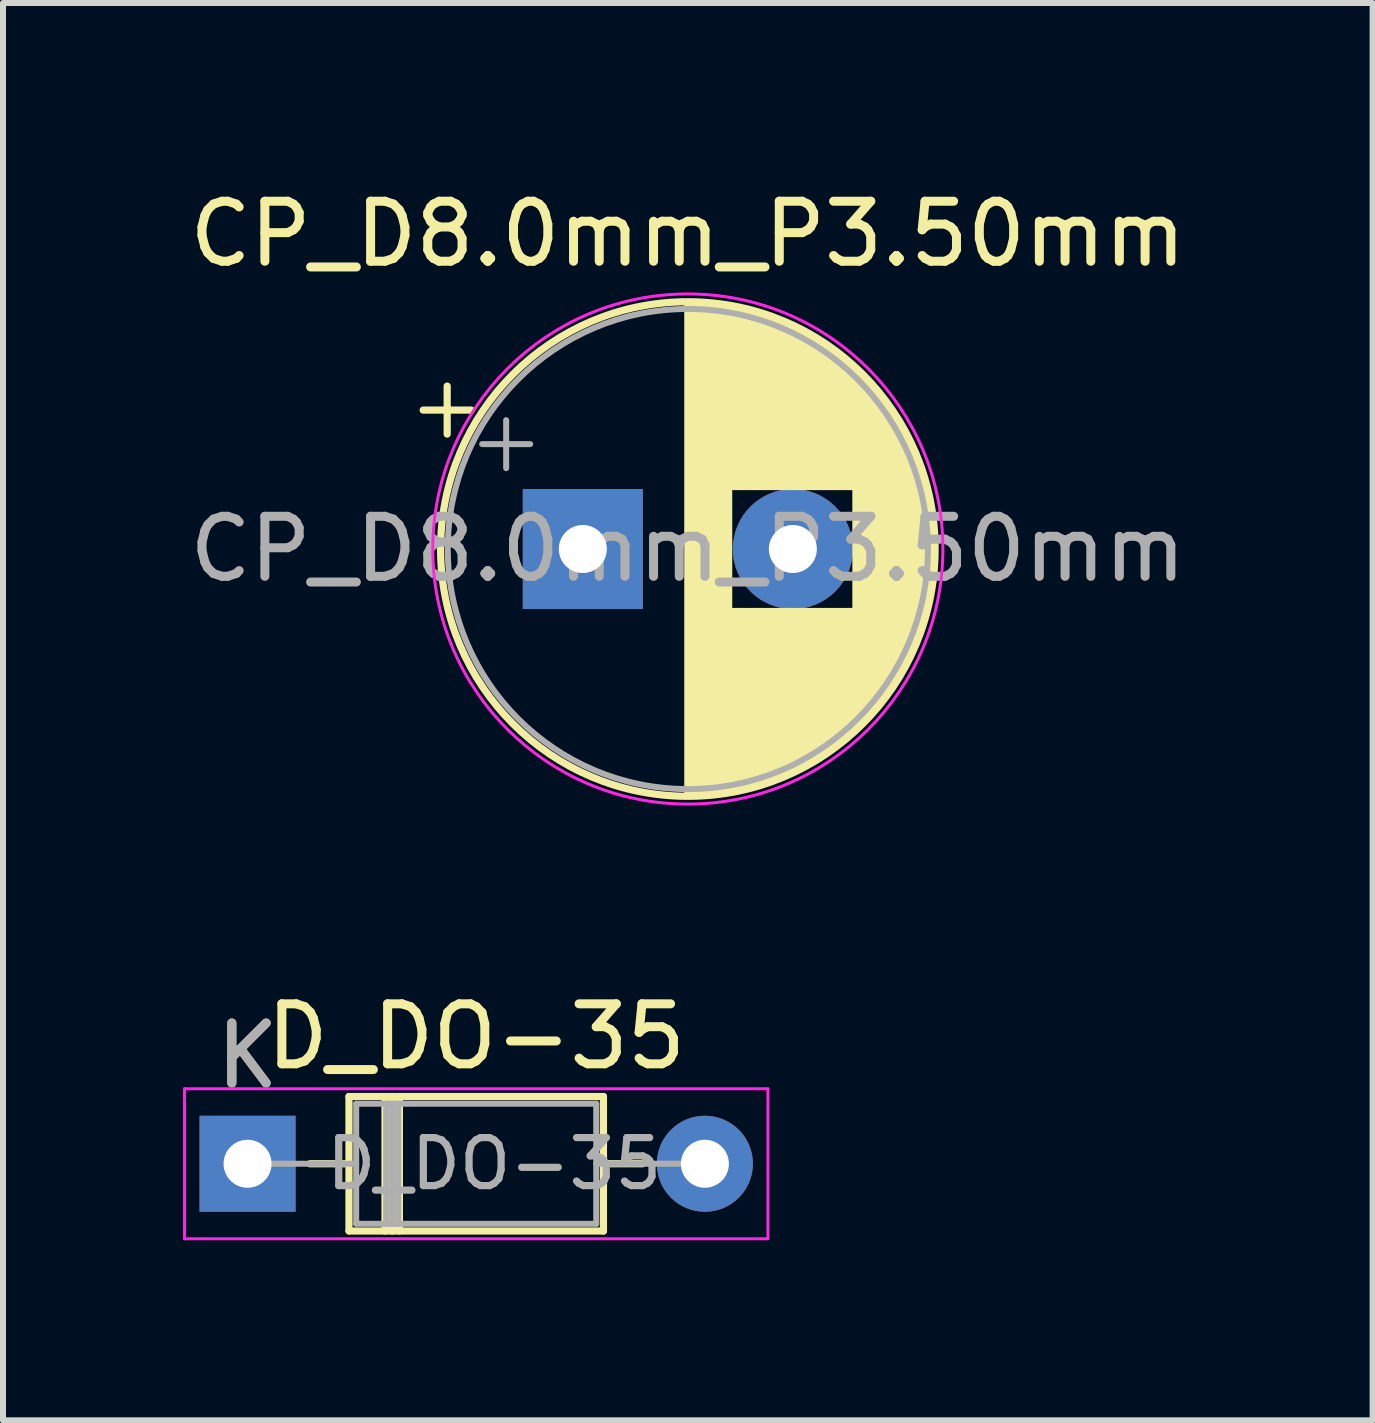
<source format=kicad_pcb>
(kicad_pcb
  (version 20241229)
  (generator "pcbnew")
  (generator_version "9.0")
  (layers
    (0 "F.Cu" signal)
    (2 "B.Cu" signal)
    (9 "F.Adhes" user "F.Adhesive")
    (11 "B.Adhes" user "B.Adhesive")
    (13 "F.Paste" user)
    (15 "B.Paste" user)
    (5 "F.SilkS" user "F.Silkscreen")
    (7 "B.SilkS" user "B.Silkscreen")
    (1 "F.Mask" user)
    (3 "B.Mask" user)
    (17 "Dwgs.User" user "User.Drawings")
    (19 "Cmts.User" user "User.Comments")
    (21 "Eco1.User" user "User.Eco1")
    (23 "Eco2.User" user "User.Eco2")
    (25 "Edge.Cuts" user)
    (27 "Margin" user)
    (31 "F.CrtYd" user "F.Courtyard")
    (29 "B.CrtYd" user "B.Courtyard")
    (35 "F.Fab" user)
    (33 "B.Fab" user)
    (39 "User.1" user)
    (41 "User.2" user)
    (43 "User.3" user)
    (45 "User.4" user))
  (footprint "CP_D8.0mm_P3.50mm"
    (layer "F.Cu")
    (at 6.661 6.098)
    (property "Reference" "CP_D8.0mm_P3.50mm" (at 1.75 -5.25 0) (layer "F.SilkS") (effects (font (size 1 1) (thickness 0.15))))
    (attr through_hole)
    (fp_line (start -2.66 -2.315) (end -1.86 -2.315) (stroke (width 0.12) (type solid)) (layer "F.SilkS"))
    (fp_line (start -2.26 -2.715) (end -2.26 -1.915) (stroke (width 0.12) (type solid)) (layer "F.SilkS"))
    (fp_line (start 1.75 -4.08) (end 1.75 4.08) (stroke (width 0.12) (type solid)) (layer "F.SilkS"))
    (fp_line (start 1.79 -4.08) (end 1.79 4.08) (stroke (width 0.12) (type solid)) (layer "F.SilkS"))
    (fp_line (start 1.83 -4.08) (end 1.83 4.08) (stroke (width 0.12) (type solid)) (layer "F.SilkS"))
    (fp_line (start 1.87 -4.079) (end 1.87 4.079) (stroke (width 0.12) (type solid)) (layer "F.SilkS"))
    (fp_line (start 1.91 -4.077) (end 1.91 4.077) (stroke (width 0.12) (type solid)) (layer "F.SilkS"))
    (fp_line (start 1.95 -4.076) (end 1.95 4.076) (stroke (width 0.12) (type solid)) (layer "F.SilkS"))
    (fp_line (start 1.99 -4.074) (end 1.99 4.074) (stroke (width 0.12) (type solid)) (layer "F.SilkS"))
    (fp_line (start 2.03 -4.071) (end 2.03 4.071) (stroke (width 0.12) (type solid)) (layer "F.SilkS"))
    (fp_line (start 2.07 -4.068) (end 2.07 4.068) (stroke (width 0.12) (type solid)) (layer "F.SilkS"))
    (fp_line (start 2.11 -4.065) (end 2.11 4.065) (stroke (width 0.12) (type solid)) (layer "F.SilkS"))
    (fp_line (start 2.15 -4.061) (end 2.15 4.061) (stroke (width 0.12) (type solid)) (layer "F.SilkS"))
    (fp_line (start 2.19 -4.057) (end 2.19 4.057) (stroke (width 0.12) (type solid)) (layer "F.SilkS"))
    (fp_line (start 2.23 -4.052) (end 2.23 4.052) (stroke (width 0.12) (type solid)) (layer "F.SilkS"))
    (fp_line (start 2.27 -4.048) (end 2.27 4.048) (stroke (width 0.12) (type solid)) (layer "F.SilkS"))
    (fp_line (start 2.31 -4.042) (end 2.31 4.042) (stroke (width 0.12) (type solid)) (layer "F.SilkS"))
    (fp_line (start 2.35 -4.037) (end 2.35 4.037) (stroke (width 0.12) (type solid)) (layer "F.SilkS"))
    (fp_line (start 2.39 -4.03) (end 2.39 4.03) (stroke (width 0.12) (type solid)) (layer "F.SilkS"))
    (fp_line (start 2.43 -4.024) (end 2.43 4.024) (stroke (width 0.12) (type solid)) (layer "F.SilkS"))
    (fp_line (start 2.471 -4.017) (end 2.471 -1.04) (stroke (width 0.12) (type solid)) (layer "F.SilkS"))
    (fp_line (start 2.471 1.04) (end 2.471 4.017) (stroke (width 0.12) (type solid)) (layer "F.SilkS"))
    (fp_line (start 2.511 -4.01) (end 2.511 -1.04) (stroke (width 0.12) (type solid)) (layer "F.SilkS"))
    (fp_line (start 2.511 1.04) (end 2.511 4.01) (stroke (width 0.12) (type solid)) (layer "F.SilkS"))
    (fp_line (start 2.551 -4.002) (end 2.551 -1.04) (stroke (width 0.12) (type solid)) (layer "F.SilkS"))
    (fp_line (start 2.551 1.04) (end 2.551 4.002) (stroke (width 0.12) (type solid)) (layer "F.SilkS"))
    (fp_line (start 2.591 -3.994) (end 2.591 -1.04) (stroke (width 0.12) (type solid)) (layer "F.SilkS"))
    (fp_line (start 2.591 1.04) (end 2.591 3.994) (stroke (width 0.12) (type solid)) (layer "F.SilkS"))
    (fp_line (start 2.631 -3.985) (end 2.631 -1.04) (stroke (width 0.12) (type solid)) (layer "F.SilkS"))
    (fp_line (start 2.631 1.04) (end 2.631 3.985) (stroke (width 0.12) (type solid)) (layer "F.SilkS"))
    (fp_line (start 2.671 -3.976) (end 2.671 -1.04) (stroke (width 0.12) (type solid)) (layer "F.SilkS"))
    (fp_line (start 2.671 1.04) (end 2.671 3.976) (stroke (width 0.12) (type solid)) (layer "F.SilkS"))
    (fp_line (start 2.711 -3.967) (end 2.711 -1.04) (stroke (width 0.12) (type solid)) (layer "F.SilkS"))
    (fp_line (start 2.711 1.04) (end 2.711 3.967) (stroke (width 0.12) (type solid)) (layer "F.SilkS"))
    (fp_line (start 2.751 -3.957) (end 2.751 -1.04) (stroke (width 0.12) (type solid)) (layer "F.SilkS"))
    (fp_line (start 2.751 1.04) (end 2.751 3.957) (stroke (width 0.12) (type solid)) (layer "F.SilkS"))
    (fp_line (start 2.791 -3.947) (end 2.791 -1.04) (stroke (width 0.12) (type solid)) (layer "F.SilkS"))
    (fp_line (start 2.791 1.04) (end 2.791 3.947) (stroke (width 0.12) (type solid)) (layer "F.SilkS"))
    (fp_line (start 2.831 -3.936) (end 2.831 -1.04) (stroke (width 0.12) (type solid)) (layer "F.SilkS"))
    (fp_line (start 2.831 1.04) (end 2.831 3.936) (stroke (width 0.12) (type solid)) (layer "F.SilkS"))
    (fp_line (start 2.871 -3.925) (end 2.871 -1.04) (stroke (width 0.12) (type solid)) (layer "F.SilkS"))
    (fp_line (start 2.871 1.04) (end 2.871 3.925) (stroke (width 0.12) (type solid)) (layer "F.SilkS"))
    (fp_line (start 2.911 -3.914) (end 2.911 -1.04) (stroke (width 0.12) (type solid)) (layer "F.SilkS"))
    (fp_line (start 2.911 1.04) (end 2.911 3.914) (stroke (width 0.12) (type solid)) (layer "F.SilkS"))
    (fp_line (start 2.951 -3.902) (end 2.951 -1.04) (stroke (width 0.12) (type solid)) (layer "F.SilkS"))
    (fp_line (start 2.951 1.04) (end 2.951 3.902) (stroke (width 0.12) (type solid)) (layer "F.SilkS"))
    (fp_line (start 2.991 -3.889) (end 2.991 -1.04) (stroke (width 0.12) (type solid)) (layer "F.SilkS"))
    (fp_line (start 2.991 1.04) (end 2.991 3.889) (stroke (width 0.12) (type solid)) (layer "F.SilkS"))
    (fp_line (start 3.031 -3.877) (end 3.031 -1.04) (stroke (width 0.12) (type solid)) (layer "F.SilkS"))
    (fp_line (start 3.031 1.04) (end 3.031 3.877) (stroke (width 0.12) (type solid)) (layer "F.SilkS"))
    (fp_line (start 3.071 -3.863) (end 3.071 -1.04) (stroke (width 0.12) (type solid)) (layer "F.SilkS"))
    (fp_line (start 3.071 1.04) (end 3.071 3.863) (stroke (width 0.12) (type solid)) (layer "F.SilkS"))
    (fp_line (start 3.111 -3.85) (end 3.111 -1.04) (stroke (width 0.12) (type solid)) (layer "F.SilkS"))
    (fp_line (start 3.111 1.04) (end 3.111 3.85) (stroke (width 0.12) (type solid)) (layer "F.SilkS"))
    (fp_line (start 3.151 -3.835) (end 3.151 -1.04) (stroke (width 0.12) (type solid)) (layer "F.SilkS"))
    (fp_line (start 3.151 1.04) (end 3.151 3.835) (stroke (width 0.12) (type solid)) (layer "F.SilkS"))
    (fp_line (start 3.191 -3.821) (end 3.191 -1.04) (stroke (width 0.12) (type solid)) (layer "F.SilkS"))
    (fp_line (start 3.191 1.04) (end 3.191 3.821) (stroke (width 0.12) (type solid)) (layer "F.SilkS"))
    (fp_line (start 3.231 -3.805) (end 3.231 -1.04) (stroke (width 0.12) (type solid)) (layer "F.SilkS"))
    (fp_line (start 3.231 1.04) (end 3.231 3.805) (stroke (width 0.12) (type solid)) (layer "F.SilkS"))
    (fp_line (start 3.271 -3.79) (end 3.271 -1.04) (stroke (width 0.12) (type solid)) (layer "F.SilkS"))
    (fp_line (start 3.271 1.04) (end 3.271 3.79) (stroke (width 0.12) (type solid)) (layer "F.SilkS"))
    (fp_line (start 3.311 -3.774) (end 3.311 -1.04) (stroke (width 0.12) (type solid)) (layer "F.SilkS"))
    (fp_line (start 3.311 1.04) (end 3.311 3.774) (stroke (width 0.12) (type solid)) (layer "F.SilkS"))
    (fp_line (start 3.351 -3.757) (end 3.351 -1.04) (stroke (width 0.12) (type solid)) (layer "F.SilkS"))
    (fp_line (start 3.351 1.04) (end 3.351 3.757) (stroke (width 0.12) (type solid)) (layer "F.SilkS"))
    (fp_line (start 3.391 -3.74) (end 3.391 -1.04) (stroke (width 0.12) (type solid)) (layer "F.SilkS"))
    (fp_line (start 3.391 1.04) (end 3.391 3.74) (stroke (width 0.12) (type solid)) (layer "F.SilkS"))
    (fp_line (start 3.431 -3.722) (end 3.431 -1.04) (stroke (width 0.12) (type solid)) (layer "F.SilkS"))
    (fp_line (start 3.431 1.04) (end 3.431 3.722) (stroke (width 0.12) (type solid)) (layer "F.SilkS"))
    (fp_line (start 3.471 -3.704) (end 3.471 -1.04) (stroke (width 0.12) (type solid)) (layer "F.SilkS"))
    (fp_line (start 3.471 1.04) (end 3.471 3.704) (stroke (width 0.12) (type solid)) (layer "F.SilkS"))
    (fp_line (start 3.511 -3.686) (end 3.511 -1.04) (stroke (width 0.12) (type solid)) (layer "F.SilkS"))
    (fp_line (start 3.511 1.04) (end 3.511 3.686) (stroke (width 0.12) (type solid)) (layer "F.SilkS"))
    (fp_line (start 3.551 -3.666) (end 3.551 -1.04) (stroke (width 0.12) (type solid)) (layer "F.SilkS"))
    (fp_line (start 3.551 1.04) (end 3.551 3.666) (stroke (width 0.12) (type solid)) (layer "F.SilkS"))
    (fp_line (start 3.591 -3.647) (end 3.591 -1.04) (stroke (width 0.12) (type solid)) (layer "F.SilkS"))
    (fp_line (start 3.591 1.04) (end 3.591 3.647) (stroke (width 0.12) (type solid)) (layer "F.SilkS"))
    (fp_line (start 3.631 -3.627) (end 3.631 -1.04) (stroke (width 0.12) (type solid)) (layer "F.SilkS"))
    (fp_line (start 3.631 1.04) (end 3.631 3.627) (stroke (width 0.12) (type solid)) (layer "F.SilkS"))
    (fp_line (start 3.671 -3.606) (end 3.671 -1.04) (stroke (width 0.12) (type solid)) (layer "F.SilkS"))
    (fp_line (start 3.671 1.04) (end 3.671 3.606) (stroke (width 0.12) (type solid)) (layer "F.SilkS"))
    (fp_line (start 3.711 -3.584) (end 3.711 -1.04) (stroke (width 0.12) (type solid)) (layer "F.SilkS"))
    (fp_line (start 3.711 1.04) (end 3.711 3.584) (stroke (width 0.12) (type solid)) (layer "F.SilkS"))
    (fp_line (start 3.751 -3.562) (end 3.751 -1.04) (stroke (width 0.12) (type solid)) (layer "F.SilkS"))
    (fp_line (start 3.751 1.04) (end 3.751 3.562) (stroke (width 0.12) (type solid)) (layer "F.SilkS"))
    (fp_line (start 3.791 -3.54) (end 3.791 -1.04) (stroke (width 0.12) (type solid)) (layer "F.SilkS"))
    (fp_line (start 3.791 1.04) (end 3.791 3.54) (stroke (width 0.12) (type solid)) (layer "F.SilkS"))
    (fp_line (start 3.831 -3.517) (end 3.831 -1.04) (stroke (width 0.12) (type solid)) (layer "F.SilkS"))
    (fp_line (start 3.831 1.04) (end 3.831 3.517) (stroke (width 0.12) (type solid)) (layer "F.SilkS"))
    (fp_line (start 3.871 -3.493) (end 3.871 -1.04) (stroke (width 0.12) (type solid)) (layer "F.SilkS"))
    (fp_line (start 3.871 1.04) (end 3.871 3.493) (stroke (width 0.12) (type solid)) (layer "F.SilkS"))
    (fp_line (start 3.911 -3.469) (end 3.911 -1.04) (stroke (width 0.12) (type solid)) (layer "F.SilkS"))
    (fp_line (start 3.911 1.04) (end 3.911 3.469) (stroke (width 0.12) (type solid)) (layer "F.SilkS"))
    (fp_line (start 3.951 -3.444) (end 3.951 -1.04) (stroke (width 0.12) (type solid)) (layer "F.SilkS"))
    (fp_line (start 3.951 1.04) (end 3.951 3.444) (stroke (width 0.12) (type solid)) (layer "F.SilkS"))
    (fp_line (start 3.991 -3.418) (end 3.991 -1.04) (stroke (width 0.12) (type solid)) (layer "F.SilkS"))
    (fp_line (start 3.991 1.04) (end 3.991 3.418) (stroke (width 0.12) (type solid)) (layer "F.SilkS"))
    (fp_line (start 4.031 -3.392) (end 4.031 -1.04) (stroke (width 0.12) (type solid)) (layer "F.SilkS"))
    (fp_line (start 4.031 1.04) (end 4.031 3.392) (stroke (width 0.12) (type solid)) (layer "F.SilkS"))
    (fp_line (start 4.071 -3.365) (end 4.071 -1.04) (stroke (width 0.12) (type solid)) (layer "F.SilkS"))
    (fp_line (start 4.071 1.04) (end 4.071 3.365) (stroke (width 0.12) (type solid)) (layer "F.SilkS"))
    (fp_line (start 4.111 -3.338) (end 4.111 -1.04) (stroke (width 0.12) (type solid)) (layer "F.SilkS"))
    (fp_line (start 4.111 1.04) (end 4.111 3.338) (stroke (width 0.12) (type solid)) (layer "F.SilkS"))
    (fp_line (start 4.151 -3.309) (end 4.151 -1.04) (stroke (width 0.12) (type solid)) (layer "F.SilkS"))
    (fp_line (start 4.151 1.04) (end 4.151 3.309) (stroke (width 0.12) (type solid)) (layer "F.SilkS"))
    (fp_line (start 4.191 -3.28) (end 4.191 -1.04) (stroke (width 0.12) (type solid)) (layer "F.SilkS"))
    (fp_line (start 4.191 1.04) (end 4.191 3.28) (stroke (width 0.12) (type solid)) (layer "F.SilkS"))
    (fp_line (start 4.231 -3.25) (end 4.231 -1.04) (stroke (width 0.12) (type solid)) (layer "F.SilkS"))
    (fp_line (start 4.231 1.04) (end 4.231 3.25) (stroke (width 0.12) (type solid)) (layer "F.SilkS"))
    (fp_line (start 4.271 -3.22) (end 4.271 -1.04) (stroke (width 0.12) (type solid)) (layer "F.SilkS"))
    (fp_line (start 4.271 1.04) (end 4.271 3.22) (stroke (width 0.12) (type solid)) (layer "F.SilkS"))
    (fp_line (start 4.311 -3.189) (end 4.311 -1.04) (stroke (width 0.12) (type solid)) (layer "F.SilkS"))
    (fp_line (start 4.311 1.04) (end 4.311 3.189) (stroke (width 0.12) (type solid)) (layer "F.SilkS"))
    (fp_line (start 4.351 -3.156) (end 4.351 -1.04) (stroke (width 0.12) (type solid)) (layer "F.SilkS"))
    (fp_line (start 4.351 1.04) (end 4.351 3.156) (stroke (width 0.12) (type solid)) (layer "F.SilkS"))
    (fp_line (start 4.391 -3.124) (end 4.391 -1.04) (stroke (width 0.12) (type solid)) (layer "F.SilkS"))
    (fp_line (start 4.391 1.04) (end 4.391 3.124) (stroke (width 0.12) (type solid)) (layer "F.SilkS"))
    (fp_line (start 4.431 -3.09) (end 4.431 -1.04) (stroke (width 0.12) (type solid)) (layer "F.SilkS"))
    (fp_line (start 4.431 1.04) (end 4.431 3.09) (stroke (width 0.12) (type solid)) (layer "F.SilkS"))
    (fp_line (start 4.471 -3.055) (end 4.471 -1.04) (stroke (width 0.12) (type solid)) (layer "F.SilkS"))
    (fp_line (start 4.471 1.04) (end 4.471 3.055) (stroke (width 0.12) (type solid)) (layer "F.SilkS"))
    (fp_line (start 4.511 -3.019) (end 4.511 -1.04) (stroke (width 0.12) (type solid)) (layer "F.SilkS"))
    (fp_line (start 4.511 1.04) (end 4.511 3.019) (stroke (width 0.12) (type solid)) (layer "F.SilkS"))
    (fp_line (start 4.551 -2.983) (end 4.551 2.983) (stroke (width 0.12) (type solid)) (layer "F.SilkS"))
    (fp_line (start 4.591 -2.945) (end 4.591 2.945) (stroke (width 0.12) (type solid)) (layer "F.SilkS"))
    (fp_line (start 4.631 -2.907) (end 4.631 2.907) (stroke (width 0.12) (type solid)) (layer "F.SilkS"))
    (fp_line (start 4.671 -2.867) (end 4.671 2.867) (stroke (width 0.12) (type solid)) (layer "F.SilkS"))
    (fp_line (start 4.711 -2.826) (end 4.711 2.826) (stroke (width 0.12) (type solid)) (layer "F.SilkS"))
    (fp_line (start 4.751 -2.784) (end 4.751 2.784) (stroke (width 0.12) (type solid)) (layer "F.SilkS"))
    (fp_line (start 4.791 -2.741) (end 4.791 2.741) (stroke (width 0.12) (type solid)) (layer "F.SilkS"))
    (fp_line (start 4.831 -2.697) (end 4.831 2.697) (stroke (width 0.12) (type solid)) (layer "F.SilkS"))
    (fp_line (start 4.871 -2.651) (end 4.871 2.651) (stroke (width 0.12) (type solid)) (layer "F.SilkS"))
    (fp_line (start 4.911 -2.604) (end 4.911 2.604) (stroke (width 0.12) (type solid)) (layer "F.SilkS"))
    (fp_line (start 4.951 -2.556) (end 4.951 2.556) (stroke (width 0.12) (type solid)) (layer "F.SilkS"))
    (fp_line (start 4.991 -2.505) (end 4.991 2.505) (stroke (width 0.12) (type solid)) (layer "F.SilkS"))
    (fp_line (start 5.031 -2.454) (end 5.031 2.454) (stroke (width 0.12) (type solid)) (layer "F.SilkS"))
    (fp_line (start 5.071 -2.4) (end 5.071 2.4) (stroke (width 0.12) (type solid)) (layer "F.SilkS"))
    (fp_line (start 5.111 -2.345) (end 5.111 2.345) (stroke (width 0.12) (type solid)) (layer "F.SilkS"))
    (fp_line (start 5.151 -2.287) (end 5.151 2.287) (stroke (width 0.12) (type solid)) (layer "F.SilkS"))
    (fp_line (start 5.191 -2.228) (end 5.191 2.228) (stroke (width 0.12) (type solid)) (layer "F.SilkS"))
    (fp_line (start 5.231 -2.166) (end 5.231 2.166) (stroke (width 0.12) (type solid)) (layer "F.SilkS"))
    (fp_line (start 5.271 -2.102) (end 5.271 2.102) (stroke (width 0.12) (type solid)) (layer "F.SilkS"))
    (fp_line (start 5.311 -2.034) (end 5.311 2.034) (stroke (width 0.12) (type solid)) (layer "F.SilkS"))
    (fp_line (start 5.351 -1.964) (end 5.351 1.964) (stroke (width 0.12) (type solid)) (layer "F.SilkS"))
    (fp_line (start 5.391 -1.89) (end 5.391 1.89) (stroke (width 0.12) (type solid)) (layer "F.SilkS"))
    (fp_line (start 5.431 -1.813) (end 5.431 1.813) (stroke (width 0.12) (type solid)) (layer "F.SilkS"))
    (fp_line (start 5.471 -1.731) (end 5.471 1.731) (stroke (width 0.12) (type solid)) (layer "F.SilkS"))
    (fp_line (start 5.511 -1.645) (end 5.511 1.645) (stroke (width 0.12) (type solid)) (layer "F.SilkS"))
    (fp_line (start 5.551 -1.552) (end 5.551 1.552) (stroke (width 0.12) (type solid)) (layer "F.SilkS"))
    (fp_line (start 5.591 -1.453) (end 5.591 1.453) (stroke (width 0.12) (type solid)) (layer "F.SilkS"))
    (fp_line (start 5.631 -1.346) (end 5.631 1.346) (stroke (width 0.12) (type solid)) (layer "F.SilkS"))
    (fp_line (start 5.671 -1.229) (end 5.671 1.229) (stroke (width 0.12) (type solid)) (layer "F.SilkS"))
    (fp_line (start 5.711 -1.098) (end 5.711 1.098) (stroke (width 0.12) (type solid)) (layer "F.SilkS"))
    (fp_line (start 5.751 -0.948) (end 5.751 0.948) (stroke (width 0.12) (type solid)) (layer "F.SilkS"))
    (fp_line (start 5.791 -0.768) (end 5.791 0.768) (stroke (width 0.12) (type solid)) (layer "F.SilkS"))
    (fp_line (start 5.831 -0.533) (end 5.831 0.533) (stroke (width 0.12) (type solid)) (layer "F.SilkS"))
    (fp_circle (center 1.75 0) (end 5.87 0) (stroke (width 0.12) (type solid)) (fill no) (layer "F.SilkS"))
    (fp_circle (center 1.75 0) (end 6 0) (stroke (width 0.05) (type solid)) (fill no) (layer "F.CrtYd"))
    (fp_line (start -1.677 -1.748) (end -0.877 -1.748) (stroke (width 0.1) (type solid)) (layer "F.Fab"))
    (fp_line (start -1.277 -2.147) (end -1.277 -1.347) (stroke (width 0.1) (type solid)) (layer "F.Fab"))
    (fp_circle (center 1.75 0) (end 5.75 0) (stroke (width 0.1) (type solid)) (fill no) (layer "F.Fab"))
    (fp_text user "${REFERENCE}" (at 1.75 0 0) (layer "F.Fab") (effects (font (size 1 1) (thickness 0.15))))
    (pad "1" thru_hole rect (at 0 0) (size 2 2) (drill 0.8) (layers "*.Cu" "*.Mask"))
    (pad "2" thru_hole circle (at 3.5 0) (size 2 2) (drill 0.8) (layers "*.Cu" "*.Mask")))
  (footprint "D_DO-35"
    (layer "F.Cu")
    (at 1.075 16.341)
    (property "Reference" "D_DO-35" (at 3.81 -2.12 0) (layer "F.SilkS") (effects (font (size 1 1) (thickness 0.15))))
    (attr through_hole)
    (fp_line (start 1.04 0) (end 1.69 0) (stroke (width 0.12) (type solid)) (layer "F.SilkS"))
    (fp_line (start 1.69 -1.12) (end 1.69 1.12) (stroke (width 0.12) (type solid)) (layer "F.SilkS"))
    (fp_line (start 1.69 1.12) (end 5.93 1.12) (stroke (width 0.12) (type solid)) (layer "F.SilkS"))
    (fp_line (start 2.29 -1.12) (end 2.29 1.12) (stroke (width 0.12) (type solid)) (layer "F.SilkS"))
    (fp_line (start 2.41 -1.12) (end 2.41 1.12) (stroke (width 0.12) (type solid)) (layer "F.SilkS"))
    (fp_line (start 2.53 -1.12) (end 2.53 1.12) (stroke (width 0.12) (type solid)) (layer "F.SilkS"))
    (fp_line (start 5.93 -1.12) (end 1.69 -1.12) (stroke (width 0.12) (type solid)) (layer "F.SilkS"))
    (fp_line (start 5.93 1.12) (end 5.93 -1.12) (stroke (width 0.12) (type solid)) (layer "F.SilkS"))
    (fp_line (start 6.58 0) (end 5.93 0) (stroke (width 0.12) (type solid)) (layer "F.SilkS"))
    (fp_line (start -1.05 -1.25) (end -1.05 1.25) (stroke (width 0.05) (type solid)) (layer "F.CrtYd"))
    (fp_line (start -1.05 1.25) (end 8.67 1.25) (stroke (width 0.05) (type solid)) (layer "F.CrtYd"))
    (fp_line (start 8.67 -1.25) (end -1.05 -1.25) (stroke (width 0.05) (type solid)) (layer "F.CrtYd"))
    (fp_line (start 8.67 1.25) (end 8.67 -1.25) (stroke (width 0.05) (type solid)) (layer "F.CrtYd"))
    (fp_line (start 0 0) (end 1.81 0) (stroke (width 0.1) (type solid)) (layer "F.Fab"))
    (fp_line (start 1.81 -1) (end 1.81 1) (stroke (width 0.1) (type solid)) (layer "F.Fab"))
    (fp_line (start 1.81 1) (end 5.81 1) (stroke (width 0.1) (type solid)) (layer "F.Fab"))
    (fp_line (start 2.31 -1) (end 2.31 1) (stroke (width 0.1) (type solid)) (layer "F.Fab"))
    (fp_line (start 2.41 -1) (end 2.41 1) (stroke (width 0.1) (type solid)) (layer "F.Fab"))
    (fp_line (start 2.51 -1) (end 2.51 1) (stroke (width 0.1) (type solid)) (layer "F.Fab"))
    (fp_line (start 5.81 -1) (end 1.81 -1) (stroke (width 0.1) (type solid)) (layer "F.Fab"))
    (fp_line (start 5.81 1) (end 5.81 -1) (stroke (width 0.1) (type solid)) (layer "F.Fab"))
    (fp_line (start 7.62 0) (end 5.81 0) (stroke (width 0.1) (type solid)) (layer "F.Fab"))
    (fp_text user "K" (at 0 -1.8 0) (layer "F.SilkS") (effects (font (size 1 1) (thickness 0.15))))
    (fp_text user "K" (at 0 -1.8 0) (layer "F.Fab") (effects (font (size 1 1) (thickness 0.15))))
    (fp_text user "${REFERENCE}" (at 4.11 0 0) (layer "F.Fab") (effects (font (size 0.8 0.8) (thickness 0.12))))
    (pad "1" thru_hole rect (at 0 0) (size 1.6 1.6) (drill 0.8) (layers "*.Cu" "*.Mask"))
    (pad "2" thru_hole oval (at 7.62 0) (size 1.6 1.6) (drill 0.8) (layers "*.Cu" "*.Mask")))
  (gr_rect
    (start -3 -3)
    (end 19.821 20.616)
    (stroke (width 0.1) (type default))
    (fill no)
    (layer "Edge.Cuts")))
</source>
